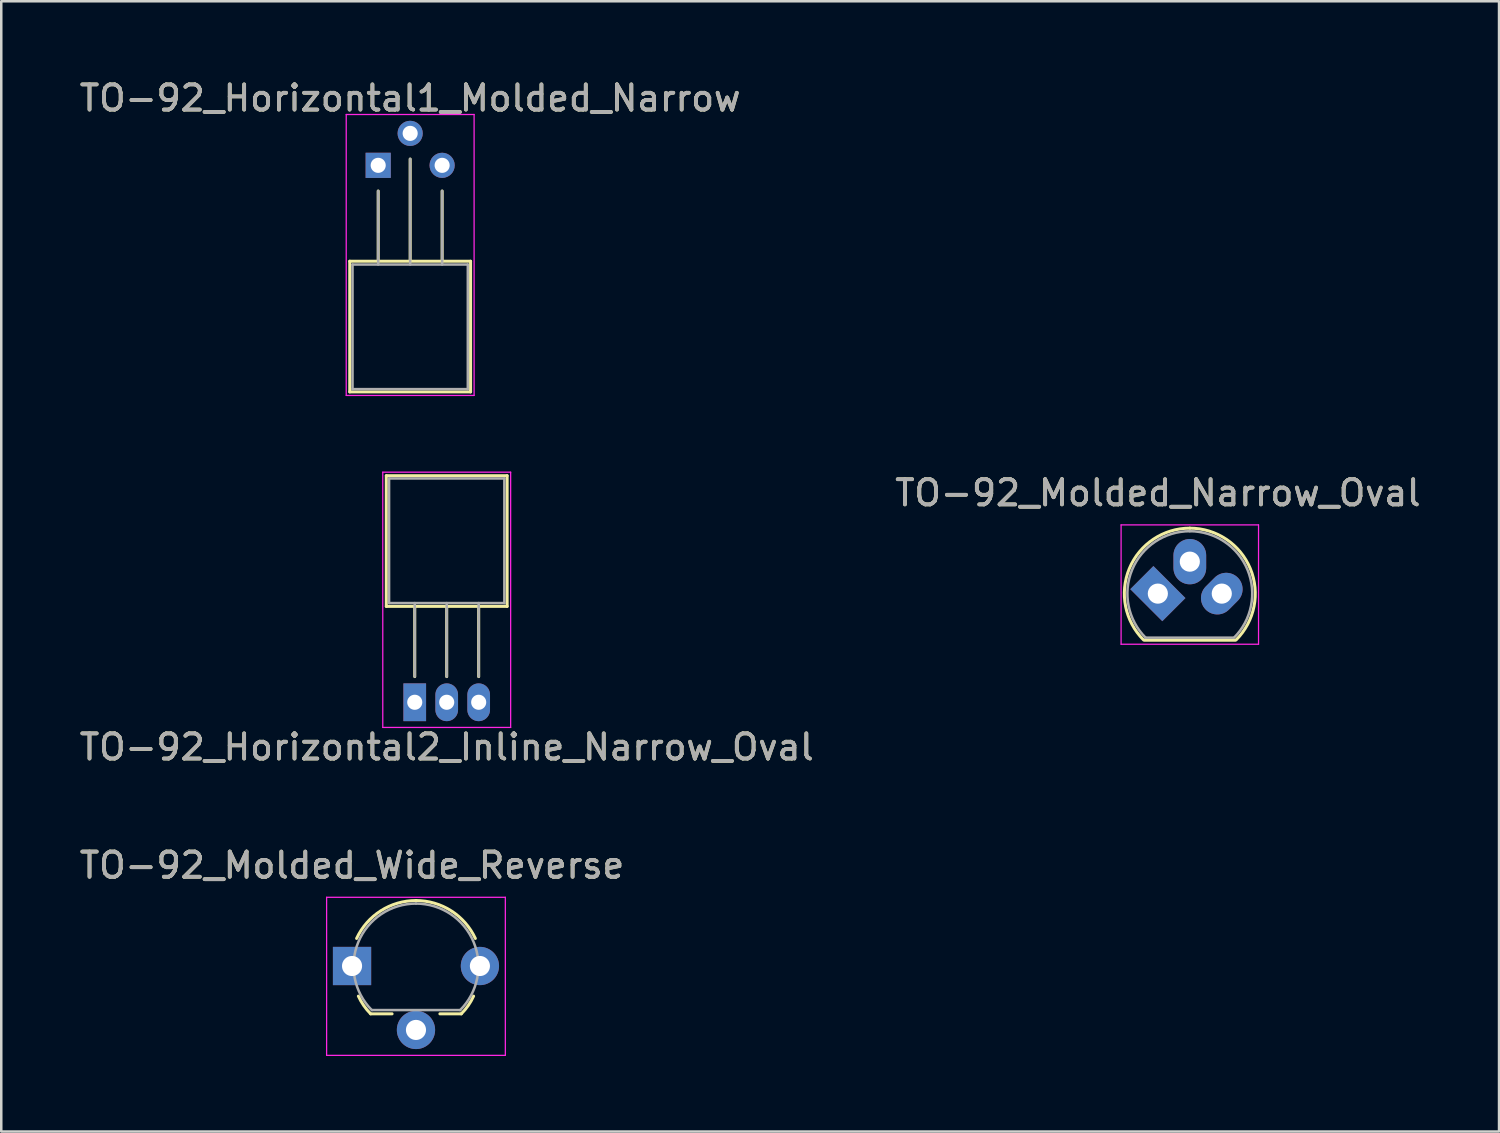
<source format=kicad_pcb>
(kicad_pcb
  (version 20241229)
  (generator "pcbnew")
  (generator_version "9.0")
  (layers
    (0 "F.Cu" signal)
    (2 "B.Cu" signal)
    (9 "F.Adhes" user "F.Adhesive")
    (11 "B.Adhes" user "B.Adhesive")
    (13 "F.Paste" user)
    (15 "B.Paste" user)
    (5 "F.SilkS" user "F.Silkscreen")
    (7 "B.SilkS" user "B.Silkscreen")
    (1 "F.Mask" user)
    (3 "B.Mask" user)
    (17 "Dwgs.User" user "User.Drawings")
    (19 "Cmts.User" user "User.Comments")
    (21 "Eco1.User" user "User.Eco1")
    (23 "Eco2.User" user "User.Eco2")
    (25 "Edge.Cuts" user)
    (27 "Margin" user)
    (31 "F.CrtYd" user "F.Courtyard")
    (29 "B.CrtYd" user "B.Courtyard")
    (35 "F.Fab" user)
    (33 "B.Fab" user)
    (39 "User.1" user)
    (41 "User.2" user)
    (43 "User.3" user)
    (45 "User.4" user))
  (footprint "TO-92_Molded_Narrow_Oval"
    (layer "F.Cu")
    (at 42.946 20.532)
    (property "Reference" "TO-92_Molded_Narrow_Oval" (at 0 -4 0) (layer "F.SilkS") (effects (font (size 1 1) (thickness 0.15))))
    (attr through_hole)
    (fp_line (start -0.53 1.85) (end 3.07 1.85) (stroke (width 0.12) (type solid)) (layer "F.SilkS"))
    (fp_arc (start -0.568478 1.838478) (mid -1.132087 -0.994977) (end 1.27 -2.6) (stroke (width 0.12) (type solid)) (layer "F.SilkS"))
    (fp_arc (start 1.27 -2.6) (mid 3.672087 -0.994977) (end 3.108478 1.838478) (stroke (width 0.12) (type solid)) (layer "F.SilkS"))
    (fp_line (start -1.46 -2.73) (end -1.46 2.01) (stroke (width 0.05) (type solid)) (layer "F.CrtYd"))
    (fp_line (start -1.46 -2.73) (end 4 -2.73) (stroke (width 0.05) (type solid)) (layer "F.CrtYd"))
    (fp_line (start 4 2.01) (end -1.46 2.01) (stroke (width 0.05) (type solid)) (layer "F.CrtYd"))
    (fp_line (start 4 2.01) (end 4 -2.73) (stroke (width 0.05) (type solid)) (layer "F.CrtYd"))
    (fp_line (start -0.5 1.75) (end 3 1.75) (stroke (width 0.1) (type solid)) (layer "F.Fab"))
    (fp_arc (start -0.483625 1.753625) (mid -1.021221 -0.949055) (end 1.27 -2.48) (stroke (width 0.1) (type solid)) (layer "F.Fab"))
    (fp_arc (start 1.27 -2.48) (mid 3.561221 -0.949055) (end 3.023625 1.753625) (stroke (width 0.1) (type solid)) (layer "F.Fab"))
    (fp_text user "${REFERENCE}" (at 0 -4 0) (layer "F.Fab") (effects (font (size 1 1) (thickness 0.15))))
    (pad "1" thru_hole rect (at 0 0 45) (size 1.3 1.8) (drill 0.8) (layers "*.Cu" "*.Mask"))
    (pad "2" thru_hole oval (at 1.27 -1.27 90) (size 1.8 1.3) (drill 0.8) (layers "*.Cu" "*.Mask"))
    (pad "3" thru_hole oval (at 2.54 0 45) (size 1.8 1.3) (drill 0.8) (layers "*.Cu" "*.Mask")))
  (footprint "TO-92_Horizontal1_Molded_Narrow"
    (layer "F.Cu")
    (at 11.974 3.518)
    (property "Reference" "TO-92_Horizontal1_Molded_Narrow" (at 1.27 -2.67 0) (layer "F.SilkS") (effects (font (size 1 1) (thickness 0.15))))
    (attr through_hole)
    (fp_line (start -1.13 3.81) (end 3.67 3.81) (stroke (width 0.12) (type solid)) (layer "F.SilkS"))
    (fp_line (start -1.13 9) (end -1.13 3.81) (stroke (width 0.12) (type solid)) (layer "F.SilkS"))
    (fp_line (start 0 1.02) (end 0 3.81) (stroke (width 0.12) (type solid)) (layer "F.SilkS"))
    (fp_line (start 1.27 -0.25) (end 1.27 3.81) (stroke (width 0.12) (type solid)) (layer "F.SilkS"))
    (fp_line (start 2.54 1.02) (end 2.54 3.81) (stroke (width 0.12) (type solid)) (layer "F.SilkS"))
    (fp_line (start 3.67 3.81) (end 3.67 9) (stroke (width 0.12) (type solid)) (layer "F.SilkS"))
    (fp_line (start 3.67 9) (end -1.13 9) (stroke (width 0.12) (type solid)) (layer "F.SilkS"))
    (fp_line (start -1.27 -2.02) (end -1.27 9.14) (stroke (width 0.05) (type solid)) (layer "F.CrtYd"))
    (fp_line (start -1.27 -2.02) (end 3.81 -2.02) (stroke (width 0.05) (type solid)) (layer "F.CrtYd"))
    (fp_line (start 3.81 9.14) (end -1.27 9.14) (stroke (width 0.05) (type solid)) (layer "F.CrtYd"))
    (fp_line (start 3.81 9.14) (end 3.81 -2.02) (stroke (width 0.05) (type solid)) (layer "F.CrtYd"))
    (fp_line (start -1.02 3.94) (end 3.56 3.94) (stroke (width 0.1) (type solid)) (layer "F.Fab"))
    (fp_line (start -1.02 8.89) (end -1.02 3.94) (stroke (width 0.1) (type solid)) (layer "F.Fab"))
    (fp_line (start 0 3.94) (end 0 1.02) (stroke (width 0.1) (type solid)) (layer "F.Fab"))
    (fp_line (start 1.27 3.94) (end 1.27 -0.25) (stroke (width 0.1) (type solid)) (layer "F.Fab"))
    (fp_line (start 2.54 3.94) (end 2.54 1.02) (stroke (width 0.1) (type solid)) (layer "F.Fab"))
    (fp_line (start 3.56 3.94) (end 3.56 8.89) (stroke (width 0.1) (type solid)) (layer "F.Fab"))
    (fp_line (start 3.56 8.89) (end -1.02 8.89) (stroke (width 0.1) (type solid)) (layer "F.Fab"))
    (fp_text user "${REFERENCE}" (at 1.27 -2.67 0) (layer "F.Fab") (effects (font (size 1 1) (thickness 0.15))))
    (pad "1" thru_hole rect (at 0 0 90) (size 1 1) (drill 0.6) (layers "*.Cu" "*.Mask"))
    (pad "2" thru_hole circle (at 1.27 -1.27 90) (size 1 1) (drill 0.6) (layers "*.Cu" "*.Mask"))
    (pad "3" thru_hole circle (at 2.54 0 90) (size 1 1) (drill 0.6) (layers "*.Cu" "*.Mask")))
  (footprint "TO-92_Molded_Wide_Reverse"
    (layer "F.Cu")
    (at 10.935 35.325)
    (property "Reference" "TO-92_Molded_Wide_Reverse" (at 0 -4 0) (layer "F.SilkS") (effects (font (size 1 1) (thickness 0.15))))
    (attr through_hole)
    (fp_line (start 0.74 1.9) (end 1.59 1.9) (stroke (width 0.12) (type solid)) (layer "F.SilkS"))
    (fp_line (start 3.49 1.9) (end 4.34 1.9) (stroke (width 0.12) (type solid)) (layer "F.SilkS"))
    (fp_arc (start 0.181686 -1.094693) (mid 1.141108 -2.191597) (end 2.54 -2.6) (stroke (width 0.12) (type solid)) (layer "F.SilkS"))
    (fp_arc (start 0.74 1.9) (mid 0.464627 1.570365) (end 0.252305 1.19699) (stroke (width 0.12) (type solid)) (layer "F.SilkS"))
    (fp_arc (start 2.54 -2.6) (mid 3.938892 -2.191598) (end 4.898314 -1.094693) (stroke (width 0.12) (type solid)) (layer "F.SilkS"))
    (fp_arc (start 4.827695 1.19699) (mid 4.615373 1.570365) (end 4.34 1.9) (stroke (width 0.12) (type solid)) (layer "F.SilkS"))
    (fp_line (start -1.01 -2.73) (end -1.01 3.55) (stroke (width 0.05) (type solid)) (layer "F.CrtYd"))
    (fp_line (start -1.01 -2.73) (end 6.09 -2.73) (stroke (width 0.05) (type solid)) (layer "F.CrtYd"))
    (fp_line (start 6.09 3.55) (end -1.01 3.55) (stroke (width 0.05) (type solid)) (layer "F.CrtYd"))
    (fp_line (start 6.09 3.55) (end 6.09 -2.73) (stroke (width 0.05) (type solid)) (layer "F.CrtYd"))
    (fp_line (start 0.8 1.75) (end 4.3 1.75) (stroke (width 0.1) (type solid)) (layer "F.Fab"))
    (fp_arc (start 0.786375 1.753625) (mid 0.248779 -0.949055) (end 2.54 -2.48) (stroke (width 0.1) (type solid)) (layer "F.Fab"))
    (fp_arc (start 2.54 -2.48) (mid 4.831221 -0.949055) (end 4.293625 1.753625) (stroke (width 0.1) (type solid)) (layer "F.Fab"))
    (fp_text user "${REFERENCE}" (at 0 -4 0) (layer "F.Fab") (effects (font (size 1 1) (thickness 0.15))))
    (pad "1" thru_hole rect (at 0 0 90) (size 1.52 1.52) (drill 0.8) (layers "*.Cu" "*.Mask"))
    (pad "2" thru_hole circle (at 2.54 2.54 90) (size 1.52 1.52) (drill 0.8) (layers "*.Cu" "*.Mask"))
    (pad "3" thru_hole circle (at 5.08 0 90) (size 1.52 1.52) (drill 0.8) (layers "*.Cu" "*.Mask")))
  (footprint "TO-92_Horizontal2_Inline_Narrow_Oval"
    (layer "F.Cu")
    (at 13.426 24.848)
    (property "Reference" "TO-92_Horizontal2_Inline_Narrow_Oval" (at 1.27 1.78 0) (layer "F.SilkS") (effects (font (size 1 1) (thickness 0.15))))
    (attr through_hole)
    (fp_line (start -1.13 -9) (end -1.13 -3.81) (stroke (width 0.12) (type solid)) (layer "F.SilkS"))
    (fp_line (start -1.13 -3.81) (end 3.67 -3.81) (stroke (width 0.12) (type solid)) (layer "F.SilkS"))
    (fp_line (start 0 -1.02) (end 0 -3.81) (stroke (width 0.12) (type solid)) (layer "F.SilkS"))
    (fp_line (start 1.27 -1.02) (end 1.27 -3.81) (stroke (width 0.12) (type solid)) (layer "F.SilkS"))
    (fp_line (start 2.54 -1.02) (end 2.54 -3.81) (stroke (width 0.12) (type solid)) (layer "F.SilkS"))
    (fp_line (start 3.67 -9) (end -1.13 -9) (stroke (width 0.12) (type solid)) (layer "F.SilkS"))
    (fp_line (start 3.67 -3.81) (end 3.67 -9) (stroke (width 0.12) (type solid)) (layer "F.SilkS"))
    (fp_line (start -1.27 -9.14) (end -1.27 1) (stroke (width 0.05) (type solid)) (layer "F.CrtYd"))
    (fp_line (start -1.27 -9.14) (end 3.81 -9.14) (stroke (width 0.05) (type solid)) (layer "F.CrtYd"))
    (fp_line (start 3.81 1) (end -1.27 1) (stroke (width 0.05) (type solid)) (layer "F.CrtYd"))
    (fp_line (start 3.81 1) (end 3.81 -9.14) (stroke (width 0.05) (type solid)) (layer "F.CrtYd"))
    (fp_line (start -1.02 -8.89) (end -1.02 -3.94) (stroke (width 0.1) (type solid)) (layer "F.Fab"))
    (fp_line (start -1.02 -3.94) (end 3.56 -3.94) (stroke (width 0.1) (type solid)) (layer "F.Fab"))
    (fp_line (start 0 -3.94) (end 0 -1.02) (stroke (width 0.1) (type solid)) (layer "F.Fab"))
    (fp_line (start 1.27 -3.94) (end 1.27 -1.02) (stroke (width 0.1) (type solid)) (layer "F.Fab"))
    (fp_line (start 2.54 -3.94) (end 2.54 -1.02) (stroke (width 0.1) (type solid)) (layer "F.Fab"))
    (fp_line (start 3.56 -8.89) (end -1.02 -8.89) (stroke (width 0.1) (type solid)) (layer "F.Fab"))
    (fp_line (start 3.56 -3.94) (end 3.56 -8.89) (stroke (width 0.1) (type solid)) (layer "F.Fab"))
    (fp_text user "${REFERENCE}" (at 1.27 1.78 0) (layer "F.Fab") (effects (font (size 1 1) (thickness 0.15))))
    (pad "1" thru_hole rect (at 0 0 180) (size 0.9 1.5) (drill 0.6) (layers "*.Cu" "*.Mask"))
    (pad "2" thru_hole oval (at 1.27 0 180) (size 0.9 1.5) (drill 0.6) (layers "*.Cu" "*.Mask"))
    (pad "3" thru_hole oval (at 2.54 0 180) (size 0.9 1.5) (drill 0.6) (layers "*.Cu" "*.Mask")))
  (gr_rect
    (start -3 -3)
    (end 56.5 41.9)
    (stroke (width 0.1) (type default))
    (fill no)
    (layer "Edge.Cuts")))
</source>
